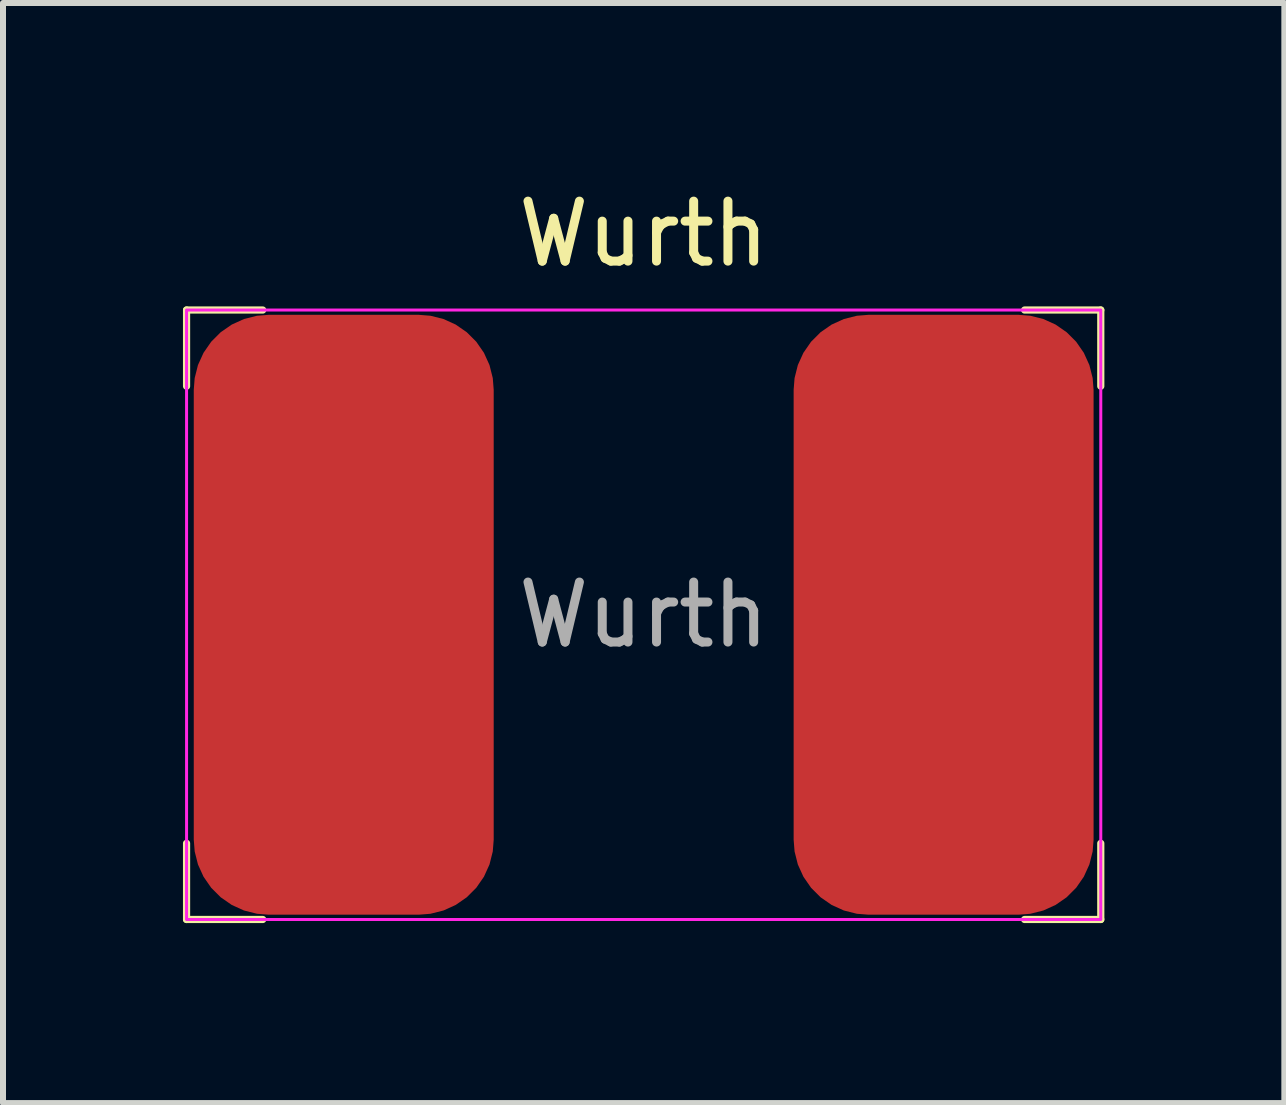
<source format=kicad_pcb>
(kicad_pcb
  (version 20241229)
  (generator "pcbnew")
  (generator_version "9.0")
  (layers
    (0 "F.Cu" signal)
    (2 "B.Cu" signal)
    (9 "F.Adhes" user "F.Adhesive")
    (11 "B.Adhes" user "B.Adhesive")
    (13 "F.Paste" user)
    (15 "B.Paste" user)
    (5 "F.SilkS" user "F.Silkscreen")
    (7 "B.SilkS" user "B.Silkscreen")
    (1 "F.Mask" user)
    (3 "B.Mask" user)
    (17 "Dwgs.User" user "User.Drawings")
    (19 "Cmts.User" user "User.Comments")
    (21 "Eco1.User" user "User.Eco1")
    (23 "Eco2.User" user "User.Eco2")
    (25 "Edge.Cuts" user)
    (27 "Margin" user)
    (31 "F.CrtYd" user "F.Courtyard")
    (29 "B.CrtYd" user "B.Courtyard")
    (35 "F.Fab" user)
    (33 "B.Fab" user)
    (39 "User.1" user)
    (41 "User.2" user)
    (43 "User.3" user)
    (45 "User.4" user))
  (footprint "Wurth"
    (layer "F.Cu")
    (at 7.68 7.198)
    (property "Reference" "Wurth" (at 0 -6.35 0) (unlocked yes) (layer "F.SilkS") (effects (font (size 1 1) (thickness 0.15))))
    (attr through_hole)
    (fp_line (start -7.62 -5.08) (end -7.62 -3.81) (stroke (width 0.12) (type solid)) (layer "F.SilkS"))
    (fp_line (start -7.62 3.81) (end -7.62 5.08) (stroke (width 0.12) (type solid)) (layer "F.SilkS"))
    (fp_line (start -7.62 5.08) (end -6.35 5.08) (stroke (width 0.12) (type solid)) (layer "F.SilkS"))
    (fp_line (start -6.35 -5.08) (end -7.62 -5.08) (stroke (width 0.12) (type solid)) (layer "F.SilkS"))
    (fp_line (start 6.35 -5.08) (end 7.62 -5.08) (stroke (width 0.12) (type solid)) (layer "F.SilkS"))
    (fp_line (start 6.35 5.08) (end 7.62 5.08) (stroke (width 0.12) (type solid)) (layer "F.SilkS"))
    (fp_line (start 7.62 -5.08) (end 7.62 -3.81) (stroke (width 0.12) (type solid)) (layer "F.SilkS"))
    (fp_line (start 7.62 5.08) (end 7.62 3.81) (stroke (width 0.12) (type solid)) (layer "F.SilkS"))
    (fp_rect (start -7.62 -5.08) (end 7.62 5.08) (stroke (width 0.05) (type solid)) (fill no) (layer "F.CrtYd"))
    (fp_text user "${REFERENCE}" (at 0 0 0) (unlocked yes) (layer "F.Fab") (effects (font (size 1 1) (thickness 0.15))))
    (pad "1" smd roundrect (at -5 0) (size 5 10) (layers "F.Cu" "F.Mask" "F.Paste") (roundrect_rratio 0.25))
    (pad "2" smd roundrect (at 5 0) (size 5 10) (layers "F.Cu" "F.Mask" "F.Paste") (roundrect_rratio 0.25)))
  (gr_rect
    (start -3 -3)
    (end 18.36 15.338)
    (stroke (width 0.1) (type default))
    (fill no)
    (layer "Edge.Cuts")))
</source>
